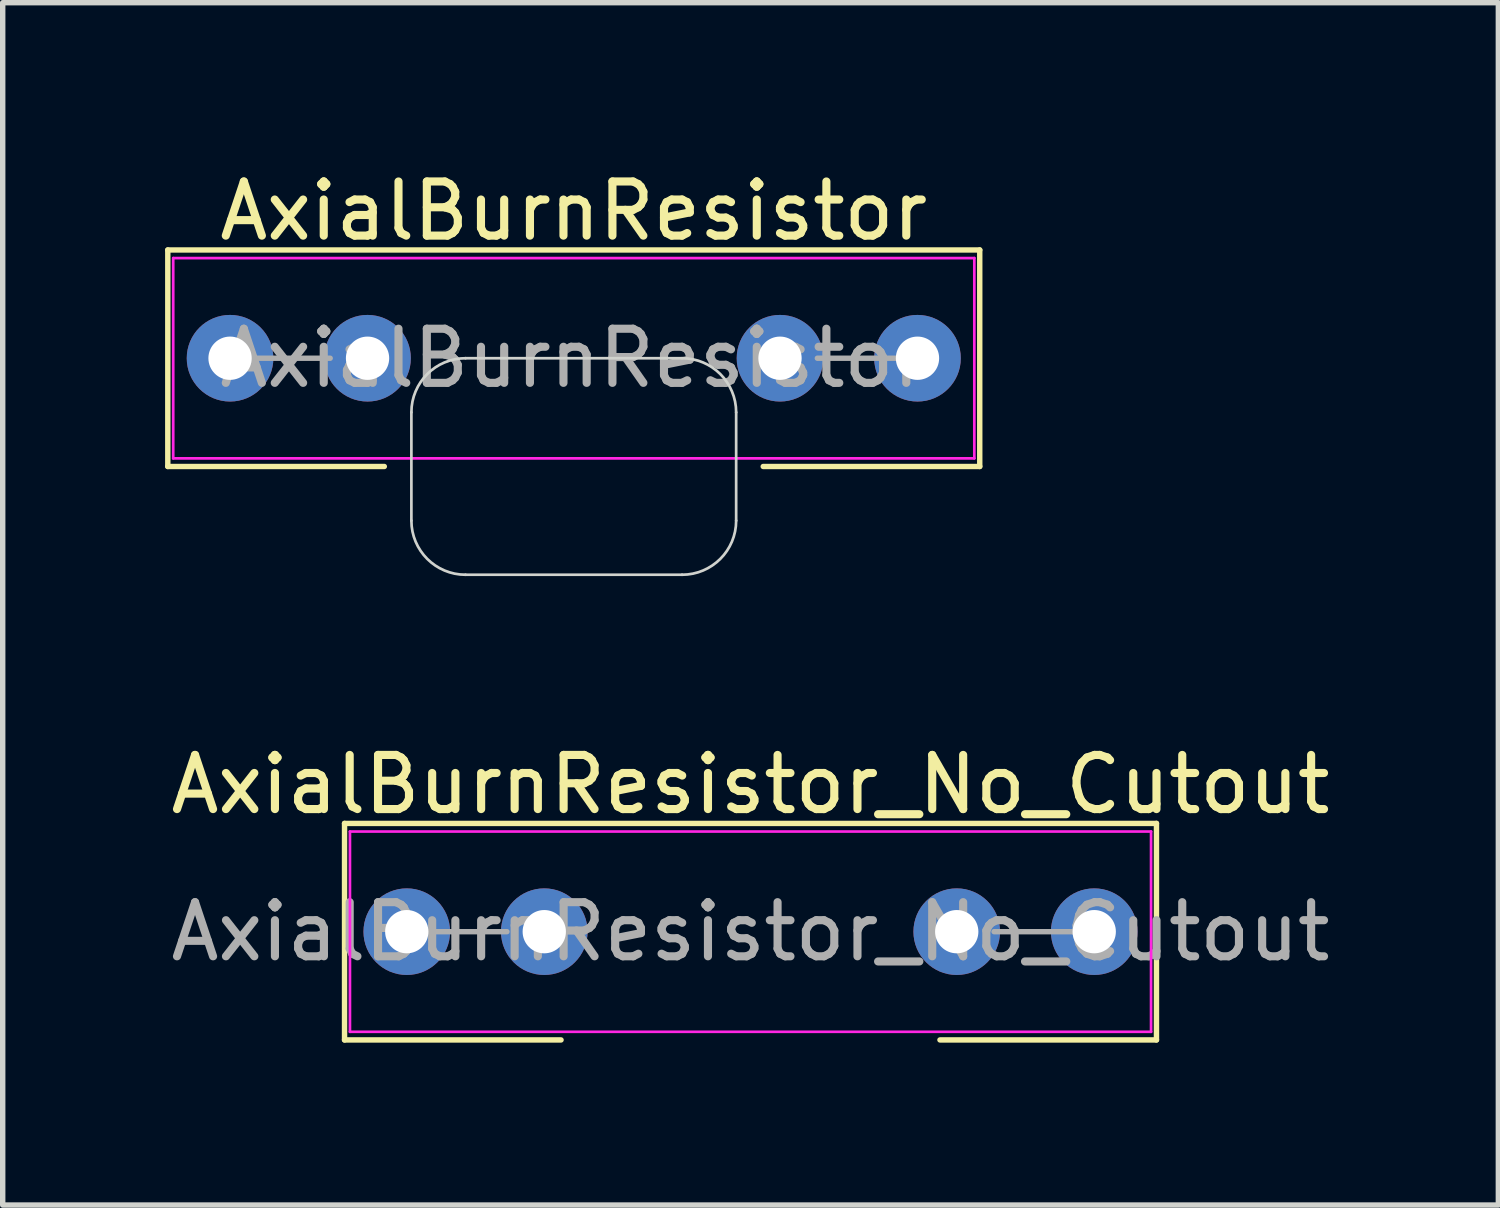
<source format=kicad_pcb>
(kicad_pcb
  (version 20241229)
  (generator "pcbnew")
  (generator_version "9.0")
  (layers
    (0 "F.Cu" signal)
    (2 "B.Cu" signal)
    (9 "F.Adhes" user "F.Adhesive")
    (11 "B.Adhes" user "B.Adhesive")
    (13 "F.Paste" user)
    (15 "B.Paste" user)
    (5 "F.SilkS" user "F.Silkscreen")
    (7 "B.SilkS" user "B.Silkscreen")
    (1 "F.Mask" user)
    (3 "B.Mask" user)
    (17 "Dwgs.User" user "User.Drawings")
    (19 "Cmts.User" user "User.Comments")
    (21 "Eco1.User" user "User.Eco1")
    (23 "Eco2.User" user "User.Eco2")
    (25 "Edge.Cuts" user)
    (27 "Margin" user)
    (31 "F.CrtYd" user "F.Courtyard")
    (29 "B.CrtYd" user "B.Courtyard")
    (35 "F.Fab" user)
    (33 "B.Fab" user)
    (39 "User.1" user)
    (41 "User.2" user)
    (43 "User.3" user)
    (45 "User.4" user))
  (footprint "AxialBurnResistor"
    (layer "F.Cu")
    (at 7.55 3.568)
    (property "Reference" "AxialBurnResistor" (at 0 -2.72 0) (layer "F.SilkS") (effects (font (size 1 1) (thickness 0.15))))
    (attr through_hole)
    (fp_line (start -7.5 2) (end -7.5 -2) (stroke (width 0.1) (type default)) (layer "F.SilkS"))
    (fp_line (start -7.5 2) (end -3.5 2) (stroke (width 0.1) (type default)) (layer "F.SilkS"))
    (fp_line (start 7.5 -2) (end -7.5 -2) (stroke (width 0.1) (type default)) (layer "F.SilkS"))
    (fp_line (start 7.5 2) (end 3.5 2) (stroke (width 0.1) (type default)) (layer "F.SilkS"))
    (fp_line (start 7.5 2) (end 7.5 -2) (stroke (width 0.1) (type default)) (layer "F.SilkS"))
    (fp_line (start -3 1) (end -3 3) (stroke (width 0.05) (type default)) (layer "Edge.Cuts"))
    (fp_line (start -2 4) (end 2 4) (stroke (width 0.05) (type default)) (layer "Edge.Cuts"))
    (fp_line (start 2 0) (end -2 0) (stroke (width 0.05) (type default)) (layer "Edge.Cuts"))
    (fp_line (start 3 3) (end 3 1) (stroke (width 0.05) (type default)) (layer "Edge.Cuts"))
    (fp_arc (start -3 1) (mid -2.707107 0.292893) (end -2 0) (stroke (width 0.05) (type default)) (layer "Edge.Cuts"))
    (fp_arc (start -2 4) (mid -2.707107 3.707107) (end -3 3) (stroke (width 0.05) (type default)) (layer "Edge.Cuts"))
    (fp_arc (start 2 0) (mid 2.707107 0.292893) (end 3 1) (stroke (width 0.05) (type default)) (layer "Edge.Cuts"))
    (fp_arc (start 3 3) (mid 2.707107 3.707107) (end 2 4) (stroke (width 0.05) (type default)) (layer "Edge.Cuts"))
    (fp_line (start -7.4 -1.85) (end -7.4 1.85) (stroke (width 0.05) (type solid)) (layer "F.CrtYd"))
    (fp_line (start -7.4 1.85) (end 7.4 1.85) (stroke (width 0.05) (type solid)) (layer "F.CrtYd"))
    (fp_line (start 7.4 -1.85) (end -7.4 -1.85) (stroke (width 0.05) (type solid)) (layer "F.CrtYd"))
    (fp_line (start 7.4 1.85) (end 7.4 -1.85) (stroke (width 0.05) (type solid)) (layer "F.CrtYd"))
    (fp_line (start -6.35 0) (end -4.5 0) (stroke (width 0.1) (type solid)) (layer "F.Fab"))
    (fp_line (start 6.35 0) (end 4.5 0) (stroke (width 0.1) (type solid)) (layer "F.Fab"))
    (fp_text user "${REFERENCE}" (at 0 0 0) (layer "F.Fab") (effects (font (size 1 1) (thickness 0.15))))
    (pad "1" thru_hole circle (at -6.35 0) (size 1.6 1.6) (drill 0.8) (layers "*.Cu" "*.Mask"))
    (pad "1" thru_hole circle (at -3.81 0) (size 1.6 1.6) (drill 0.8) (layers "*.Cu" "*.Mask"))
    (pad "2" thru_hole oval (at 3.81 0) (size 1.6 1.6) (drill 0.8) (layers "*.Cu" "*.Mask"))
    (pad "2" thru_hole oval (at 6.35 0) (size 1.6 1.6) (drill 0.8) (layers "*.Cu" "*.Mask")))
  (footprint "AxialBurnResistor_No_Cutout"
    (layer "F.Cu")
    (at 10.815 14.162)
    (property "Reference" "AxialBurnResistor_No_Cutout" (at 0 -2.72 0) (layer "F.SilkS") (effects (font (size 1 1) (thickness 0.15))))
    (attr through_hole)
    (fp_line (start -7.5 2) (end -7.5 -2) (stroke (width 0.1) (type default)) (layer "F.SilkS"))
    (fp_line (start -7.5 2) (end -3.5 2) (stroke (width 0.1) (type default)) (layer "F.SilkS"))
    (fp_line (start 7.5 -2) (end -7.5 -2) (stroke (width 0.1) (type default)) (layer "F.SilkS"))
    (fp_line (start 7.5 2) (end 3.5 2) (stroke (width 0.1) (type default)) (layer "F.SilkS"))
    (fp_line (start 7.5 2) (end 7.5 -2) (stroke (width 0.1) (type default)) (layer "F.SilkS"))
    (fp_line (start -7.4 -1.85) (end -7.4 1.85) (stroke (width 0.05) (type solid)) (layer "F.CrtYd"))
    (fp_line (start -7.4 1.85) (end 7.4 1.85) (stroke (width 0.05) (type solid)) (layer "F.CrtYd"))
    (fp_line (start 7.4 -1.85) (end -7.4 -1.85) (stroke (width 0.05) (type solid)) (layer "F.CrtYd"))
    (fp_line (start 7.4 1.85) (end 7.4 -1.85) (stroke (width 0.05) (type solid)) (layer "F.CrtYd"))
    (fp_line (start -6.35 0) (end -4.5 0) (stroke (width 0.1) (type solid)) (layer "F.Fab"))
    (fp_line (start 6.35 0) (end 4.5 0) (stroke (width 0.1) (type solid)) (layer "F.Fab"))
    (fp_text user "${REFERENCE}" (at 0 0 0) (layer "F.Fab") (effects (font (size 1 1) (thickness 0.15))))
    (pad "1" thru_hole circle (at -6.35 0) (size 1.6 1.6) (drill 0.8) (layers "*.Cu" "*.Mask"))
    (pad "1" thru_hole circle (at -3.81 0) (size 1.6 1.6) (drill 0.8) (layers "*.Cu" "*.Mask"))
    (pad "2" thru_hole oval (at 3.81 0) (size 1.6 1.6) (drill 0.8) (layers "*.Cu" "*.Mask"))
    (pad "2" thru_hole oval (at 6.35 0) (size 1.6 1.6) (drill 0.8) (layers "*.Cu" "*.Mask")))
  (gr_rect
    (start -3 -3)
    (end 24.631 19.212)
    (stroke (width 0.1) (type default))
    (fill no)
    (layer "Edge.Cuts")))
</source>
